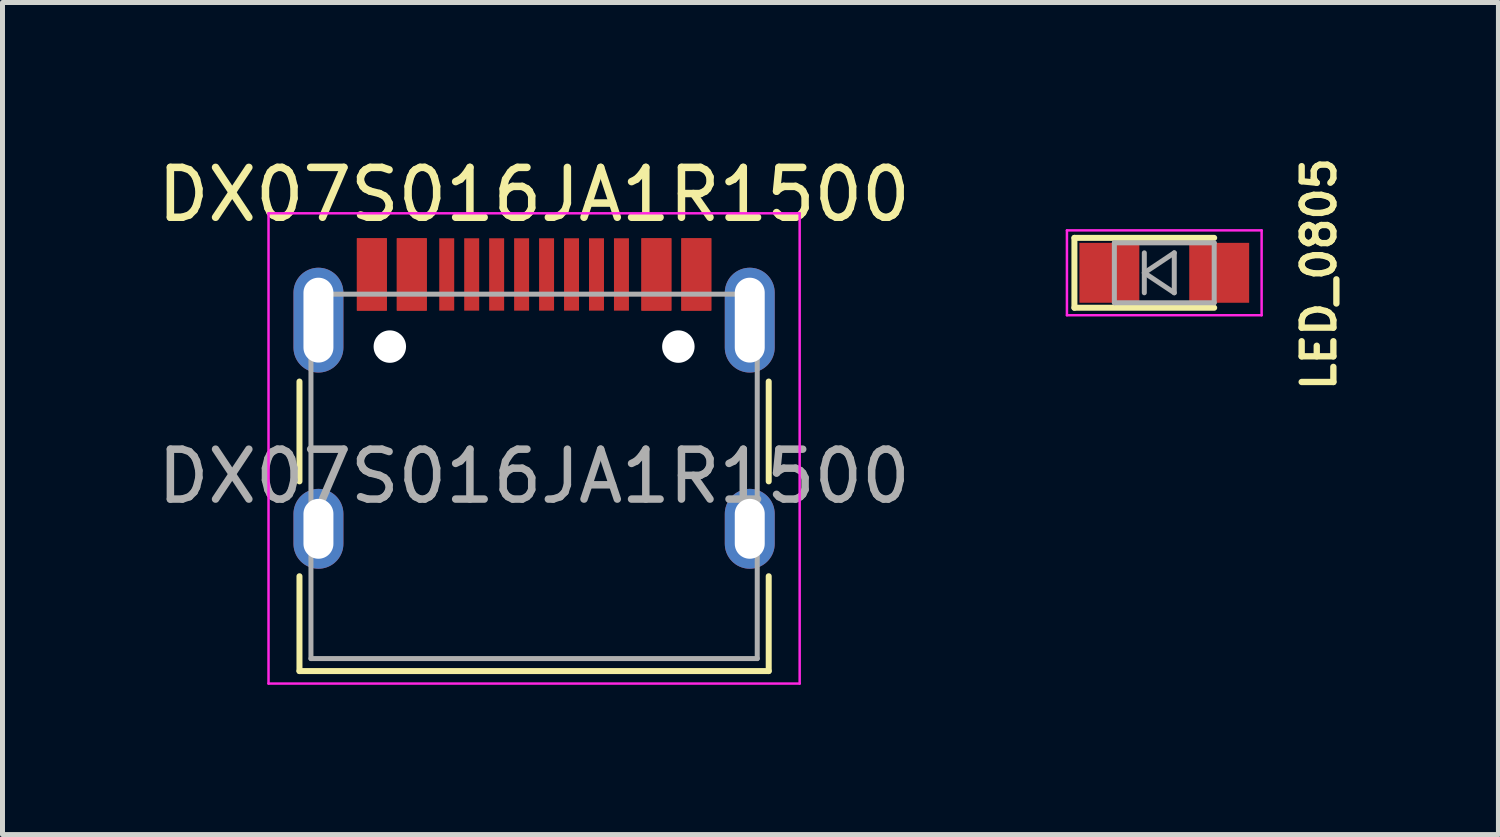
<source format=kicad_pcb>
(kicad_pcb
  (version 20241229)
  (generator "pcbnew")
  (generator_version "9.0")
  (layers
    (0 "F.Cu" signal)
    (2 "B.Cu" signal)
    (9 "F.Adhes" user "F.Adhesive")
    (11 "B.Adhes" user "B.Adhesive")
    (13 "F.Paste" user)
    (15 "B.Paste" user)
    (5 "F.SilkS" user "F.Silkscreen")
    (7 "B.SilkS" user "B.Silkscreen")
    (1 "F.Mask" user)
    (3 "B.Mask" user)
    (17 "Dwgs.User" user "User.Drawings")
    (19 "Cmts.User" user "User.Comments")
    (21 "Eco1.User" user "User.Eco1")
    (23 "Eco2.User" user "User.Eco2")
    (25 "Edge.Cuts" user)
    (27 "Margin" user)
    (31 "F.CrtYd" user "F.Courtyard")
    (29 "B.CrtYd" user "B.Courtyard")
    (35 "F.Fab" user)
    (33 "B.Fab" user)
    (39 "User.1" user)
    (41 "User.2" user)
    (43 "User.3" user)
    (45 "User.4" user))
  (footprint "LED_0805"
    (layer "F.Cu")
    (at 20.273 2.415)
    (property "Reference" "LED_0805" (at 3.1 0.025 90) (layer "F.SilkS") (effects (font (size 0.635 0.635) (thickness 0.127))))
    (attr smd)
    (fp_line (start -1.8 -0.7) (end -1.8 0.7) (stroke (width 0.12) (type solid)) (layer "F.SilkS"))
    (fp_line (start -1.8 -0.7) (end 1 -0.7) (stroke (width 0.12) (type solid)) (layer "F.SilkS"))
    (fp_line (start -1.8 0.7) (end 1 0.7) (stroke (width 0.12) (type solid)) (layer "F.SilkS"))
    (fp_line (start -1.95 -0.85) (end 1.95 -0.85) (stroke (width 0.05) (type solid)) (layer "F.CrtYd"))
    (fp_line (start -1.95 0.85) (end -1.95 -0.85) (stroke (width 0.05) (type solid)) (layer "F.CrtYd"))
    (fp_line (start 1.95 -0.85) (end 1.95 0.85) (stroke (width 0.05) (type solid)) (layer "F.CrtYd"))
    (fp_line (start 1.95 0.85) (end -1.95 0.85) (stroke (width 0.05) (type solid)) (layer "F.CrtYd"))
    (fp_line (start -1 -0.6) (end 1 -0.6) (stroke (width 0.1) (type solid)) (layer "F.Fab"))
    (fp_line (start -1 0.6) (end -1 -0.6) (stroke (width 0.1) (type solid)) (layer "F.Fab"))
    (fp_line (start -0.4 -0.4) (end -0.4 0.4) (stroke (width 0.1) (type solid)) (layer "F.Fab"))
    (fp_line (start -0.4 0) (end 0.2 -0.4) (stroke (width 0.1) (type solid)) (layer "F.Fab"))
    (fp_line (start 0.2 -0.4) (end 0.2 0.4) (stroke (width 0.1) (type solid)) (layer "F.Fab"))
    (fp_line (start 0.2 0.4) (end -0.4 0) (stroke (width 0.1) (type solid)) (layer "F.Fab"))
    (fp_line (start 1 -0.6) (end 1 0.6) (stroke (width 0.1) (type solid)) (layer "F.Fab"))
    (fp_line (start 1 0.6) (end -1 0.6) (stroke (width 0.1) (type solid)) (layer "F.Fab"))
    (pad "1" smd rect (at -1.1 0 180) (size 1.2 1.2) (layers "F.Cu" "F.Mask" "F.Paste"))
    (pad "2" smd rect (at 1.1 0 180) (size 1.2 1.2) (layers "F.Cu" "F.Mask" "F.Paste")))
  (footprint "DX07S016JA1R1500"
    (layer "F.Cu")
    (at 7.649 6.493)
    (property "Reference" "DX07S016JA1R1500" (at 0 -5.645 0) (layer "F.SilkS") (effects (font (size 1 1) (thickness 0.15))))
    (attr smd)
    (fp_line (start -4.7 -1.9) (end -4.7 0.1) (stroke (width 0.12) (type solid)) (layer "F.SilkS"))
    (fp_line (start -4.7 2) (end -4.7 3.9) (stroke (width 0.12) (type solid)) (layer "F.SilkS"))
    (fp_line (start -4.7 3.9) (end 4.7 3.9) (stroke (width 0.12) (type solid)) (layer "F.SilkS"))
    (fp_line (start 4.7 -1.9) (end 4.7 0.1) (stroke (width 0.12) (type solid)) (layer "F.SilkS"))
    (fp_line (start 4.7 2) (end 4.7 3.9) (stroke (width 0.12) (type solid)) (layer "F.SilkS"))
    (fp_line (start -5.32 -5.27) (end -5.32 4.15) (stroke (width 0.05) (type solid)) (layer "F.CrtYd"))
    (fp_line (start -5.32 -5.27) (end 5.32 -5.27) (stroke (width 0.05) (type solid)) (layer "F.CrtYd"))
    (fp_line (start -5.32 4.15) (end 5.32 4.15) (stroke (width 0.05) (type solid)) (layer "F.CrtYd"))
    (fp_line (start 5.32 -5.27) (end 5.32 4.15) (stroke (width 0.05) (type solid)) (layer "F.CrtYd"))
    (fp_line (start -4.47 -3.65) (end -4.47 3.65) (stroke (width 0.1) (type solid)) (layer "F.Fab"))
    (fp_line (start -4.47 -3.65) (end 4.47 -3.65) (stroke (width 0.1) (type solid)) (layer "F.Fab"))
    (fp_line (start -4.47 3.65) (end 4.47 3.65) (stroke (width 0.1) (type solid)) (layer "F.Fab"))
    (fp_line (start 4.47 -3.65) (end 4.47 3.65) (stroke (width 0.1) (type solid)) (layer "F.Fab"))
    (fp_text user "${REFERENCE}" (at 0 0 0) (layer "F.Fab") (effects (font (size 1 1) (thickness 0.15))))
    (pad "" np_thru_hole circle (at -2.89 -2.6) (size 0.65 0.65) (drill 0.65) (layers "*.Cu" "*.Mask"))
    (pad "" np_thru_hole circle (at 2.89 -2.6) (size 0.65 0.65) (drill 0.65) (layers "*.Cu" "*.Mask"))
    (pad "A1" smd rect (at -3.25 -4.045) (size 0.6 1.45) (layers "F.Cu" "F.Mask" "F.Paste"))
    (pad "A4" smd rect (at -2.45 -4.045) (size 0.6 1.45) (layers "F.Cu" "F.Mask" "F.Paste"))
    (pad "A5" smd rect (at -1.25 -4.045) (size 0.3 1.45) (layers "F.Cu" "F.Mask" "F.Paste"))
    (pad "A6" smd rect (at -0.25 -4.045) (size 0.3 1.45) (layers "F.Cu" "F.Mask" "F.Paste"))
    (pad "A7" smd rect (at 0.25 -4.045) (size 0.3 1.45) (layers "F.Cu" "F.Mask" "F.Paste"))
    (pad "A8" smd rect (at 1.25 -4.045) (size 0.3 1.45) (layers "F.Cu" "F.Mask" "F.Paste"))
    (pad "A9" smd rect (at 2.45 -4.045) (size 0.6 1.45) (layers "F.Cu" "F.Mask" "F.Paste"))
    (pad "A12" smd rect (at 3.25 -4.045) (size 0.6 1.45) (layers "F.Cu" "F.Mask" "F.Paste"))
    (pad "B1" smd rect (at 3.25 -4.045) (size 0.6 1.45) (layers "F.Cu" "F.Mask" "F.Paste"))
    (pad "B4" smd rect (at 2.45 -4.045) (size 0.6 1.45) (layers "F.Cu" "F.Mask" "F.Paste"))
    (pad "B5" smd rect (at 1.75 -4.045) (size 0.3 1.45) (layers "F.Cu" "F.Mask" "F.Paste"))
    (pad "B6" smd rect (at 0.75 -4.045) (size 0.3 1.45) (layers "F.Cu" "F.Mask" "F.Paste"))
    (pad "B7" smd rect (at -0.75 -4.045) (size 0.3 1.45) (layers "F.Cu" "F.Mask" "F.Paste"))
    (pad "B8" smd rect (at -1.75 -4.045) (size 0.3 1.45) (layers "F.Cu" "F.Mask" "F.Paste"))
    (pad "B9" smd rect (at -2.45 -4.045) (size 0.6 1.45) (layers "F.Cu" "F.Mask" "F.Paste"))
    (pad "B12" smd rect (at -3.25 -4.045) (size 0.6 1.45) (layers "F.Cu" "F.Mask" "F.Paste"))
    (pad "S1" thru_hole oval (at -4.32 -3.13) (size 1 2.1) (drill oval 0.6 1.7) (layers "*.Cu" "*.Mask"))
    (pad "S1" thru_hole oval (at -4.32 1.05) (size 1 1.6) (drill oval 0.6 1.2) (layers "*.Cu" "*.Mask"))
    (pad "S1" thru_hole oval (at 4.32 -3.13) (size 1 2.1) (drill oval 0.6 1.7) (layers "*.Cu" "*.Mask"))
    (pad "S1" thru_hole oval (at 4.32 1.05) (size 1 1.6) (drill oval 0.6 1.2) (layers "*.Cu" "*.Mask")))
  (gr_rect
    (start -3 -3)
    (end 26.967 13.668)
    (stroke (width 0.1) (type default))
    (fill no)
    (layer "Edge.Cuts")))
</source>
